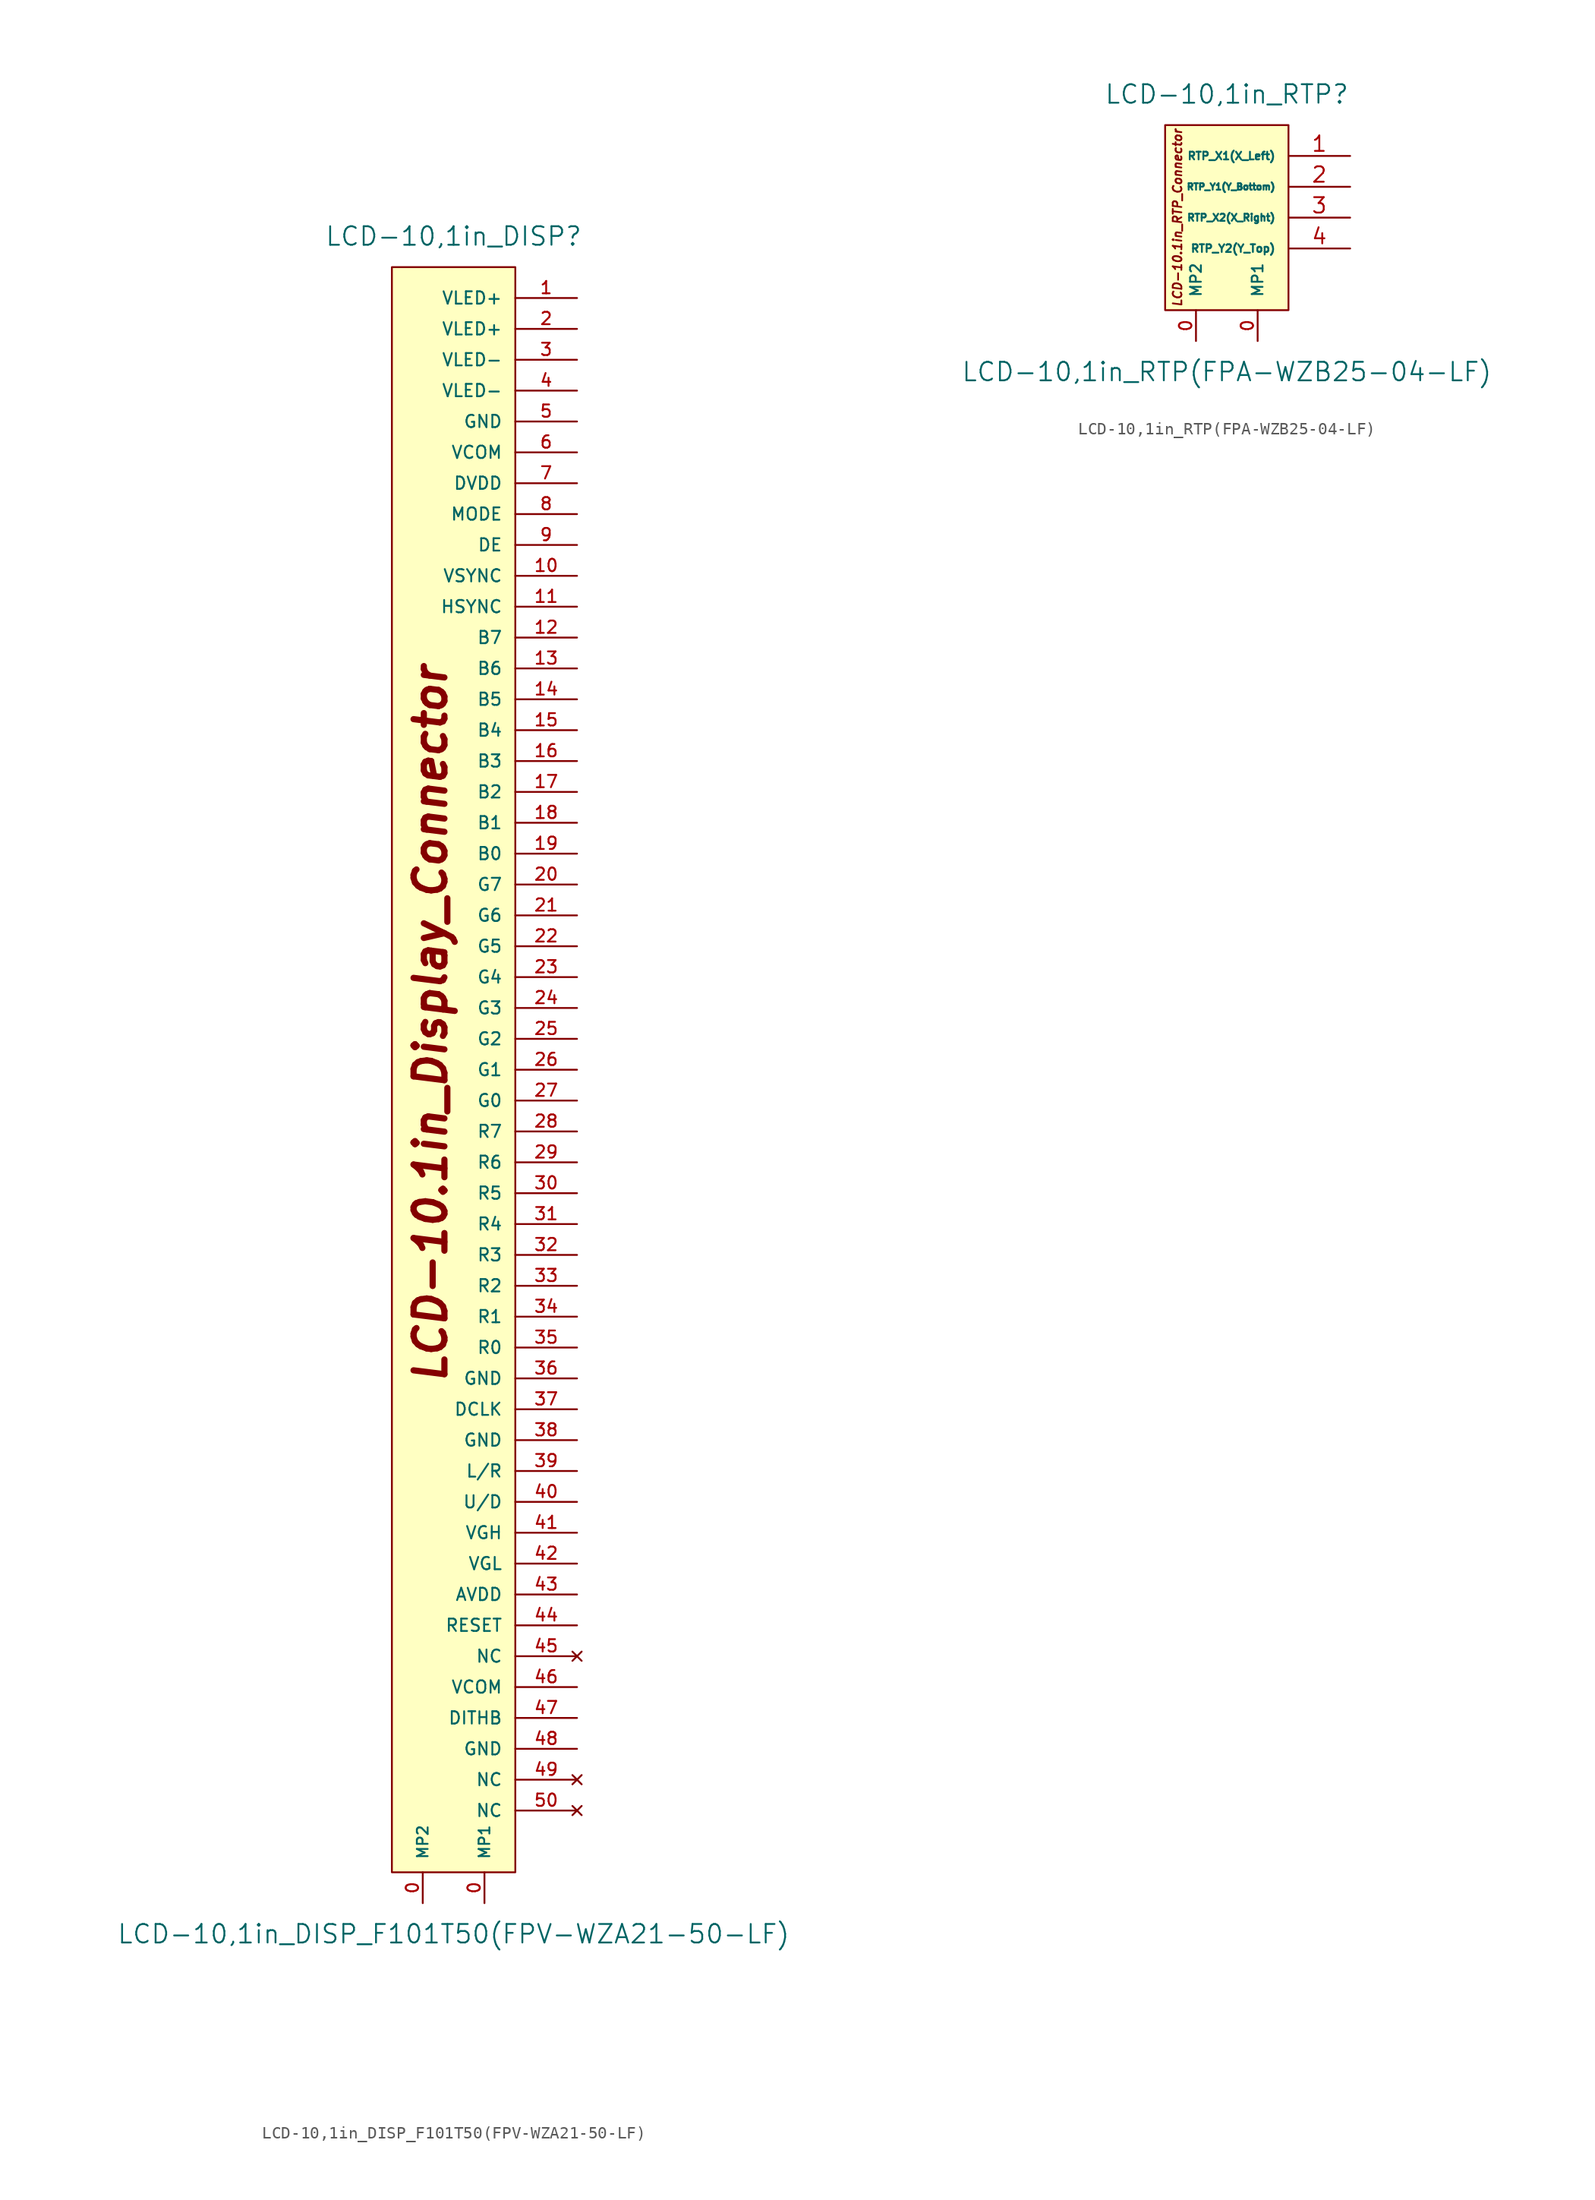
<source format=kicad_sym>
(kicad_symbol_lib
  (version 20220914)
  (generator kicad_symbol_editor)
  (symbol "LCD-10,1in_DISP_F101T50(FPV-WZA21-50-LF)"
    (pin_names
      (offset 1.016))
    (property "Reference" "LCD-10,1in_DISP"
      (at 0 68.58 0)
      (effects (font (size 1.524 1.524))))
    (property "Value" "LCD-10,1in_DISP_F101T50(FPV-WZA21-50-LF)"
      (at 0 -71.12 0)
      (effects (font (size 1.524 1.524))))
    (symbol "LCD-10,1in_DISP_F101T50(FPV-WZA21-50-LF)_1_0"
      (rectangle (start 5.08 -66.04) (end -5.08 66.04) (stroke (width 0) (type solid)) (fill (type background)))
      (text "LCD-10.1in_Display_Connector" (at -1.905 3.81 900) (effects (font (size 2.54 2.54) bold italic))))
    (symbol "LCD-10,1in_DISP_F101T50(FPV-WZA21-50-LF)_1_1"
      (pin passive line (at 2.54 -68.58 90) (length 2.54) (name "MP1" (effects (font (size 0.889 0.889)))) (number "0" (effects (font (size 1.016 1.016)))))
      (pin passive line (at -2.54 -68.58 90) (length 2.54) (name "MP2" (effects (font (size 0.889 0.889)))) (number "0" (effects (font (size 1.016 1.016)))))
      (pin power_in line (at 10.16 63.5 180) (length 5.08) (name "VLED+" (effects (font (size 1.016 1.016)))) (number "1" (effects (font (size 1.016 1.016)))))
      (pin input line (at 10.16 40.64 180) (length 5.08) (name "VSYNC" (effects (font (size 1.016 1.016)))) (number "10" (effects (font (size 1.016 1.016)))))
      (pin input line (at 10.16 38.1 180) (length 5.08) (name "HSYNC" (effects (font (size 1.016 1.016)))) (number "11" (effects (font (size 1.016 1.016)))))
      (pin input line (at 10.16 35.56 180) (length 5.08) (name "B7" (effects (font (size 1.016 1.016)))) (number "12" (effects (font (size 1.016 1.016)))))
      (pin input line (at 10.16 33.02 180) (length 5.08) (name "B6" (effects (font (size 1.016 1.016)))) (number "13" (effects (font (size 1.016 1.016)))))
      (pin input line (at 10.16 30.48 180) (length 5.08) (name "B5" (effects (font (size 1.016 1.016)))) (number "14" (effects (font (size 1.016 1.016)))))
      (pin input line (at 10.16 27.94 180) (length 5.08) (name "B4" (effects (font (size 1.016 1.016)))) (number "15" (effects (font (size 1.016 1.016)))))
      (pin input line (at 10.16 25.4 180) (length 5.08) (name "B3" (effects (font (size 1.016 1.016)))) (number "16" (effects (font (size 1.016 1.016)))))
      (pin input line (at 10.16 22.86 180) (length 5.08) (name "B2" (effects (font (size 1.016 1.016)))) (number "17" (effects (font (size 1.016 1.016)))))
      (pin input line (at 10.16 20.32 180) (length 5.08) (name "B1" (effects (font (size 1.016 1.016)))) (number "18" (effects (font (size 1.016 1.016)))))
      (pin input line (at 10.16 17.78 180) (length 5.08) (name "B0" (effects (font (size 1.016 1.016)))) (number "19" (effects (font (size 1.016 1.016)))))
      (pin power_in line (at 10.16 60.96 180) (length 5.08) (name "VLED+" (effects (font (size 1.016 1.016)))) (number "2" (effects (font (size 1.016 1.016)))))
      (pin input line (at 10.16 15.24 180) (length 5.08) (name "G7" (effects (font (size 1.016 1.016)))) (number "20" (effects (font (size 1.016 1.016)))))
      (pin input line (at 10.16 12.7 180) (length 5.08) (name "G6" (effects (font (size 1.016 1.016)))) (number "21" (effects (font (size 1.016 1.016)))))
      (pin input line (at 10.16 10.16 180) (length 5.08) (name "G5" (effects (font (size 1.016 1.016)))) (number "22" (effects (font (size 1.016 1.016)))))
      (pin input line (at 10.16 7.62 180) (length 5.08) (name "G4" (effects (font (size 1.016 1.016)))) (number "23" (effects (font (size 1.016 1.016)))))
      (pin input line (at 10.16 5.08 180) (length 5.08) (name "G3" (effects (font (size 1.016 1.016)))) (number "24" (effects (font (size 1.016 1.016)))))
      (pin input line (at 10.16 2.54 180) (length 5.08) (name "G2" (effects (font (size 1.016 1.016)))) (number "25" (effects (font (size 1.016 1.016)))))
      (pin input line (at 10.16 0 180) (length 5.08) (name "G1" (effects (font (size 1.016 1.016)))) (number "26" (effects (font (size 1.016 1.016)))))
      (pin input line (at 10.16 -2.54 180) (length 5.08) (name "G0" (effects (font (size 1.016 1.016)))) (number "27" (effects (font (size 1.016 1.016)))))
      (pin input line (at 10.16 -5.08 180) (length 5.08) (name "R7" (effects (font (size 1.016 1.016)))) (number "28" (effects (font (size 1.016 1.016)))))
      (pin input line (at 10.16 -7.62 180) (length 5.08) (name "R6" (effects (font (size 1.016 1.016)))) (number "29" (effects (font (size 1.016 1.016)))))
      (pin power_in line (at 10.16 58.42 180) (length 5.08) (name "VLED-" (effects (font (size 1.016 1.016)))) (number "3" (effects (font (size 1.016 1.016)))))
      (pin input line (at 10.16 -10.16 180) (length 5.08) (name "R5" (effects (font (size 1.016 1.016)))) (number "30" (effects (font (size 1.016 1.016)))))
      (pin input line (at 10.16 -12.7 180) (length 5.08) (name "R4" (effects (font (size 1.016 1.016)))) (number "31" (effects (font (size 1.016 1.016)))))
      (pin input line (at 10.16 -15.24 180) (length 5.08) (name "R3" (effects (font (size 1.016 1.016)))) (number "32" (effects (font (size 1.016 1.016)))))
      (pin input line (at 10.16 -17.78 180) (length 5.08) (name "R2" (effects (font (size 1.016 1.016)))) (number "33" (effects (font (size 1.016 1.016)))))
      (pin input line (at 10.16 -20.32 180) (length 5.08) (name "R1" (effects (font (size 1.016 1.016)))) (number "34" (effects (font (size 1.016 1.016)))))
      (pin input line (at 10.16 -22.86 180) (length 5.08) (name "R0" (effects (font (size 1.016 1.016)))) (number "35" (effects (font (size 1.016 1.016)))))
      (pin power_in line (at 10.16 -25.4 180) (length 5.08) (name "GND" (effects (font (size 1.016 1.016)))) (number "36" (effects (font (size 1.016 1.016)))))
      (pin input line (at 10.16 -27.94 180) (length 5.08) (name "DCLK" (effects (font (size 1.016 1.016)))) (number "37" (effects (font (size 1.016 1.016)))))
      (pin power_in line (at 10.16 -30.48 180) (length 5.08) (name "GND" (effects (font (size 1.016 1.016)))) (number "38" (effects (font (size 1.016 1.016)))))
      (pin input line (at 10.16 -33.02 180) (length 5.08) (name "L/R" (effects (font (size 1.016 1.016)))) (number "39" (effects (font (size 1.016 1.016)))))
      (pin power_in line (at 10.16 55.88 180) (length 5.08) (name "VLED-" (effects (font (size 1.016 1.016)))) (number "4" (effects (font (size 1.016 1.016)))))
      (pin input line (at 10.16 -35.56 180) (length 5.08) (name "U/D" (effects (font (size 1.016 1.016)))) (number "40" (effects (font (size 1.016 1.016)))))
      (pin power_in line (at 10.16 -38.1 180) (length 5.08) (name "VGH" (effects (font (size 1.016 1.016)))) (number "41" (effects (font (size 1.016 1.016)))))
      (pin power_in line (at 10.16 -40.64 180) (length 5.08) (name "VGL" (effects (font (size 1.016 1.016)))) (number "42" (effects (font (size 1.016 1.016)))))
      (pin power_in line (at 10.16 -43.18 180) (length 5.08) (name "AVDD" (effects (font (size 1.016 1.016)))) (number "43" (effects (font (size 1.016 1.016)))))
      (pin input line (at 10.16 -45.72 180) (length 5.08) (name "RESET" (effects (font (size 1.016 1.016)))) (number "44" (effects (font (size 1.016 1.016)))))
      (pin no_connect line (at 10.16 -48.26 180) (length 5.08) (name "NC" (effects (font (size 1.016 1.016)))) (number "45" (effects (font (size 1.016 1.016)))))
      (pin power_in line (at 10.16 -50.8 180) (length 5.08) (name "VCOM" (effects (font (size 1.016 1.016)))) (number "46" (effects (font (size 1.016 1.016)))))
      (pin input line (at 10.16 -53.34 180) (length 5.08) (name "DITHB" (effects (font (size 1.016 1.016)))) (number "47" (effects (font (size 1.016 1.016)))))
      (pin power_in line (at 10.16 -55.88 180) (length 5.08) (name "GND" (effects (font (size 1.016 1.016)))) (number "48" (effects (font (size 1.016 1.016)))))
      (pin no_connect line (at 10.16 -58.42 180) (length 5.08) (name "NC" (effects (font (size 1.016 1.016)))) (number "49" (effects (font (size 1.016 1.016)))))
      (pin power_in line (at 10.16 53.34 180) (length 5.08) (name "GND" (effects (font (size 1.016 1.016)))) (number "5" (effects (font (size 1.016 1.016)))))
      (pin no_connect line (at 10.16 -60.96 180) (length 5.08) (name "NC" (effects (font (size 1.016 1.016)))) (number "50" (effects (font (size 1.016 1.016)))))
      (pin power_in line (at 10.16 50.8 180) (length 5.08) (name "VCOM" (effects (font (size 1.016 1.016)))) (number "6" (effects (font (size 1.016 1.016)))))
      (pin power_in line (at 10.16 48.26 180) (length 5.08) (name "DVDD" (effects (font (size 1.016 1.016)))) (number "7" (effects (font (size 1.016 1.016)))))
      (pin input line (at 10.16 45.72 180) (length 5.08) (name "MODE" (effects (font (size 1.016 1.016)))) (number "8" (effects (font (size 1.016 1.016)))))
      (pin input line (at 10.16 43.18 180) (length 5.08) (name "DE" (effects (font (size 1.016 1.016)))) (number "9" (effects (font (size 1.016 1.016)))))))
  (symbol "LCD-10,1in_RTP(FPA-WZB25-04-LF)"
    (pin_names
      (offset 1.016))
    (property "Reference" "LCD-10,1in_RTP"
      (at 0 10.16 0)
      (effects (font (size 1.524 1.524))))
    (property "Value" "LCD-10,1in_RTP(FPA-WZB25-04-LF)"
      (at 0 -12.7 0)
      (effects (font (size 1.524 1.524))))
    (symbol "LCD-10,1in_RTP(FPA-WZB25-04-LF)_1_0"
      (text "LCD-10.1in_RTP_Connector" (at -4.064 0 900) (effects (font (size 0.711 0.711) bold italic))))
    (symbol "LCD-10,1in_RTP(FPA-WZB25-04-LF)_1_1"
      (rectangle (start -5.08 7.62) (end 5.08 -7.62) (stroke (width 0) (type solid)) (fill (type background)))
      (pin passive line (at 2.54 -10.16 90) (length 2.54) (name "MP1" (effects (font (size 0.889 0.889)))) (number "0" (effects (font (size 1.016 1.016)))))
      (pin passive line (at -2.54 -10.16 90) (length 2.54) (name "MP2" (effects (font (size 0.889 0.889)))) (number "0" (effects (font (size 1.016 1.016)))))
      (pin input line (at 10.16 5.08 180) (length 5.08) (name "RTP_X1(X_Left)" (effects (font (size 0.635 0.635)))) (number "1" (effects (font (size 1.27 1.27)))))
      (pin input line (at 10.16 2.54 180) (length 5.08) (name "RTP_Y1(Y_Bottom)" (effects (font (size 0.533 0.533)))) (number "2" (effects (font (size 1.27 1.27)))))
      (pin input line (at 10.16 0 180) (length 5.08) (name "RTP_X2(X_Right)" (effects (font (size 0.584 0.584)))) (number "3" (effects (font (size 1.27 1.27)))))
      (pin input line (at 10.16 -2.54 180) (length 5.08) (name "RTP_Y2(Y_Top)" (effects (font (size 0.635 0.635)))) (number "4" (effects (font (size 1.27 1.27))))))))
</source>
